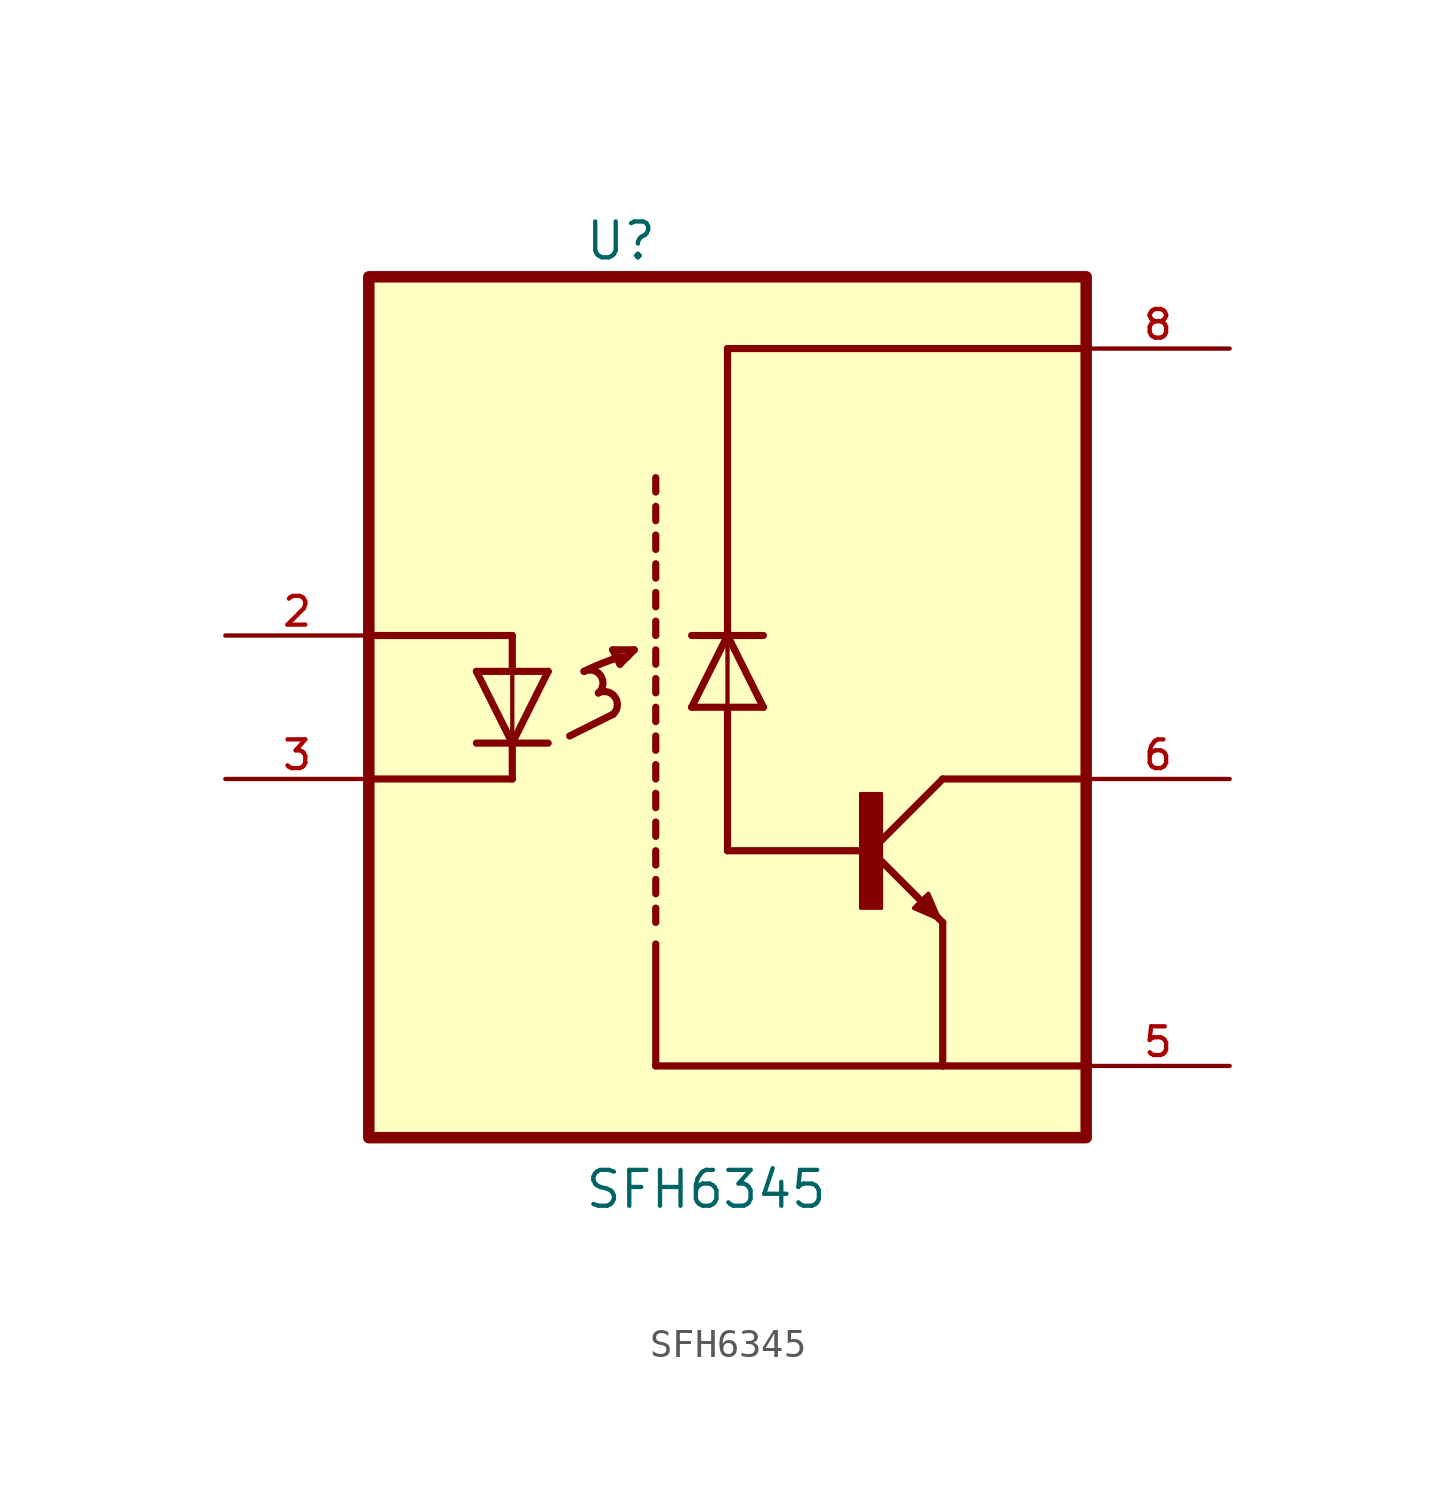
<source format=kicad_sym>
(kicad_symbol_lib
  (version 20220914)
  (generator kicad_symbol_editor)
  (symbol "SFH6345"
    (pin_names
      (offset 1.016))
    (property "Reference" "U"
      (at -5.086 15.768 0)
      (effects (font (size 1.27 1.27)) (justify left bottom)))
    (property "Value" "SFH6345"
      (at -5.09 -17.814 0)
      (effects (font (size 1.27 1.27)) (justify left bottom)))
    (symbol "SFH6345_0_0"
      (rectangle (start -12.7 -15.24) (end 12.7 15.24) (stroke (width 0.406) (type default)) (fill (type background)))
      (arc (start -4.572 0.508) (mid -4.4896 1.1133) (end -5.08 1.27) (stroke (width 0.254) (type default)) (fill (type none)))
      (arc (start -4.064 -0.254) (mid -3.9816 0.3513) (end -4.572 0.508) (stroke (width 0.254) (type default)) (fill (type none)))
      (arc (start -3.81 1.778) (mid -4.4239 1.563) (end -5.08 1.27) (stroke (width 0.254) (type default)) (fill (type none)))
      (polyline (pts (xy -7.62 -2.54) (xy -12.7 -2.54)) (stroke (width 0.254) (type default)) (fill (type none)))
      (polyline (pts (xy -7.62 -1.27) (xy -8.89 -1.27)) (stroke (width 0.254) (type default)) (fill (type none)))
      (polyline (pts (xy -7.62 -1.27) (xy -8.89 1.27)) (stroke (width 0.254) (type default)) (fill (type none)))
      (polyline (pts (xy -7.62 -1.27) (xy -7.62 -2.54)) (stroke (width 0.254) (type default)) (fill (type none)))
      (polyline (pts (xy -7.62 1.27) (xy -8.89 1.27)) (stroke (width 0.254) (type default)) (fill (type none)))
      (polyline (pts (xy -7.62 1.27) (xy -7.62 -1.27)) (stroke (width 0.152) (type default)) (fill (type none)))
      (polyline (pts (xy -7.62 1.27) (xy -7.62 2.54)) (stroke (width 0.254) (type default)) (fill (type none)))
      (polyline (pts (xy -7.62 2.54) (xy -12.7 2.54)) (stroke (width 0.254) (type default)) (fill (type none)))
      (polyline (pts (xy -6.35 -1.27) (xy -7.62 -1.27)) (stroke (width 0.254) (type default)) (fill (type none)))
      (polyline (pts (xy -6.35 1.27) (xy -7.62 -1.27)) (stroke (width 0.254) (type default)) (fill (type none)))
      (polyline (pts (xy -6.35 1.27) (xy -7.62 1.27)) (stroke (width 0.254) (type default)) (fill (type none)))
      (polyline (pts (xy -5.588 -1.016) (xy -4.064 -0.254)) (stroke (width 0.254) (type default)) (fill (type none)))
      (polyline (pts (xy -4.064 2.032) (xy -3.81 1.524)) (stroke (width 0.254) (type default)) (fill (type none)))
      (polyline (pts (xy -3.81 1.524) (xy -3.556 1.778)) (stroke (width 0.254) (type default)) (fill (type none)))
      (polyline (pts (xy -3.81 1.778) (xy -3.556 1.778)) (stroke (width 0.254) (type default)) (fill (type none)))
      (polyline (pts (xy -3.556 1.778) (xy -3.302 2.032)) (stroke (width 0.254) (type default)) (fill (type none)))
      (polyline (pts (xy -3.302 2.032) (xy -4.064 2.032)) (stroke (width 0.254) (type default)) (fill (type none)))
      (polyline (pts (xy -2.54 -12.7) (xy -2.54 -8.382)) (stroke (width 0.254) (type default)) (fill (type none)))
      (polyline (pts (xy -2.54 -7.62) (xy -2.54 -7.112)) (stroke (width 0.254) (type default)) (fill (type none)))
      (polyline (pts (xy -2.54 -6.604) (xy -2.54 -6.096)) (stroke (width 0.254) (type default)) (fill (type none)))
      (polyline (pts (xy -2.54 -5.588) (xy -2.54 -5.08)) (stroke (width 0.254) (type default)) (fill (type none)))
      (polyline (pts (xy -2.54 -4.572) (xy -2.54 -4.064)) (stroke (width 0.254) (type default)) (fill (type none)))
      (polyline (pts (xy -2.54 -3.556) (xy -2.54 -3.048)) (stroke (width 0.254) (type default)) (fill (type none)))
      (polyline (pts (xy -2.54 -2.54) (xy -2.54 -2.032)) (stroke (width 0.254) (type default)) (fill (type none)))
      (polyline (pts (xy -2.54 -1.524) (xy -2.54 -1.016)) (stroke (width 0.254) (type default)) (fill (type none)))
      (polyline (pts (xy -2.54 -0.508) (xy -2.54 0)) (stroke (width 0.254) (type default)) (fill (type none)))
      (polyline (pts (xy -2.54 0.508) (xy -2.54 1.016)) (stroke (width 0.254) (type default)) (fill (type none)))
      (polyline (pts (xy -2.54 1.524) (xy -2.54 2.032)) (stroke (width 0.254) (type default)) (fill (type none)))
      (polyline (pts (xy -2.54 2.54) (xy -2.54 3.048)) (stroke (width 0.254) (type default)) (fill (type none)))
      (polyline (pts (xy -2.54 3.556) (xy -2.54 4.064)) (stroke (width 0.254) (type default)) (fill (type none)))
      (polyline (pts (xy -2.54 4.572) (xy -2.54 5.08)) (stroke (width 0.254) (type default)) (fill (type none)))
      (polyline (pts (xy -2.54 5.588) (xy -2.54 6.096)) (stroke (width 0.254) (type default)) (fill (type none)))
      (polyline (pts (xy -2.54 6.604) (xy -2.54 7.112)) (stroke (width 0.254) (type default)) (fill (type none)))
      (polyline (pts (xy -2.54 7.62) (xy -2.54 8.128)) (stroke (width 0.254) (type default)) (fill (type none)))
      (polyline (pts (xy -1.27 0) (xy 0 0)) (stroke (width 0.254) (type default)) (fill (type none)))
      (polyline (pts (xy -1.27 0) (xy 0 2.54)) (stroke (width 0.254) (type default)) (fill (type none)))
      (polyline (pts (xy -1.27 2.54) (xy 0 2.54)) (stroke (width 0.254) (type default)) (fill (type none)))
      (polyline (pts (xy 0 -5.08) (xy 5.08 -5.08)) (stroke (width 0.254) (type default)) (fill (type none)))
      (polyline (pts (xy 0 0) (xy 0 -5.08)) (stroke (width 0.254) (type default)) (fill (type none)))
      (polyline (pts (xy 0 0) (xy 0 2.54)) (stroke (width 0.152) (type default)) (fill (type none)))
      (polyline (pts (xy 0 0) (xy 1.27 0)) (stroke (width 0.254) (type default)) (fill (type none)))
      (polyline (pts (xy 0 2.54) (xy 0 12.7)) (stroke (width 0.254) (type default)) (fill (type none)))
      (polyline (pts (xy 0 2.54) (xy 1.27 0)) (stroke (width 0.254) (type default)) (fill (type none)))
      (polyline (pts (xy 0 2.54) (xy 1.27 2.54)) (stroke (width 0.254) (type default)) (fill (type none)))
      (polyline (pts (xy 0 12.7) (xy 12.7 12.7)) (stroke (width 0.254) (type default)) (fill (type none)))
      (polyline (pts (xy 5.08 -5.08) (xy 7.62 -7.62)) (stroke (width 0.254) (type default)) (fill (type none)))
      (polyline (pts (xy 7.62 -12.7) (xy -2.54 -12.7)) (stroke (width 0.254) (type default)) (fill (type none)))
      (polyline (pts (xy 7.62 -12.7) (xy 12.7 -12.7)) (stroke (width 0.254) (type default)) (fill (type none)))
      (polyline (pts (xy 7.62 -7.62) (xy 7.62 -12.7)) (stroke (width 0.254) (type default)) (fill (type none)))
      (polyline (pts (xy 7.62 -2.54) (xy 5.08 -5.08)) (stroke (width 0.254) (type default)) (fill (type none)))
      (polyline (pts (xy 7.62 -2.54) (xy 12.7 -2.54)) (stroke (width 0.254) (type default)) (fill (type none)))
      (polyline (pts (xy 7.493 -7.493) (xy 7.112 -6.604) (xy 6.604 -7.112) (xy 7.493 -7.493)) (stroke (width 0.152) (type default)) (fill (type outline)))
      (rectangle (start 4.707 -7.125) (end 5.461 -3.048) (stroke (width 0.1) (type default)) (fill (type outline)))
      (pin passive line (at -17.78 2.54 0) (length 5.08) (name "~" (effects (font (size 1.016 1.016)))) (number "2" (effects (font (size 1.016 1.016)))))
      (pin passive line (at -17.78 -2.54 0) (length 5.08) (name "~" (effects (font (size 1.016 1.016)))) (number "3" (effects (font (size 1.016 1.016)))))
      (pin passive line (at 17.78 -12.7 180) (length 5.08) (name "~" (effects (font (size 1.016 1.016)))) (number "5" (effects (font (size 1.016 1.016)))))
      (pin passive line (at 17.78 -2.54 180) (length 5.08) (name "~" (effects (font (size 1.016 1.016)))) (number "6" (effects (font (size 1.016 1.016)))))
      (pin power_in line (at 17.78 12.7 180) (length 5.08) (name "~" (effects (font (size 1.016 1.016)))) (number "8" (effects (font (size 1.016 1.016))))))))
</source>
